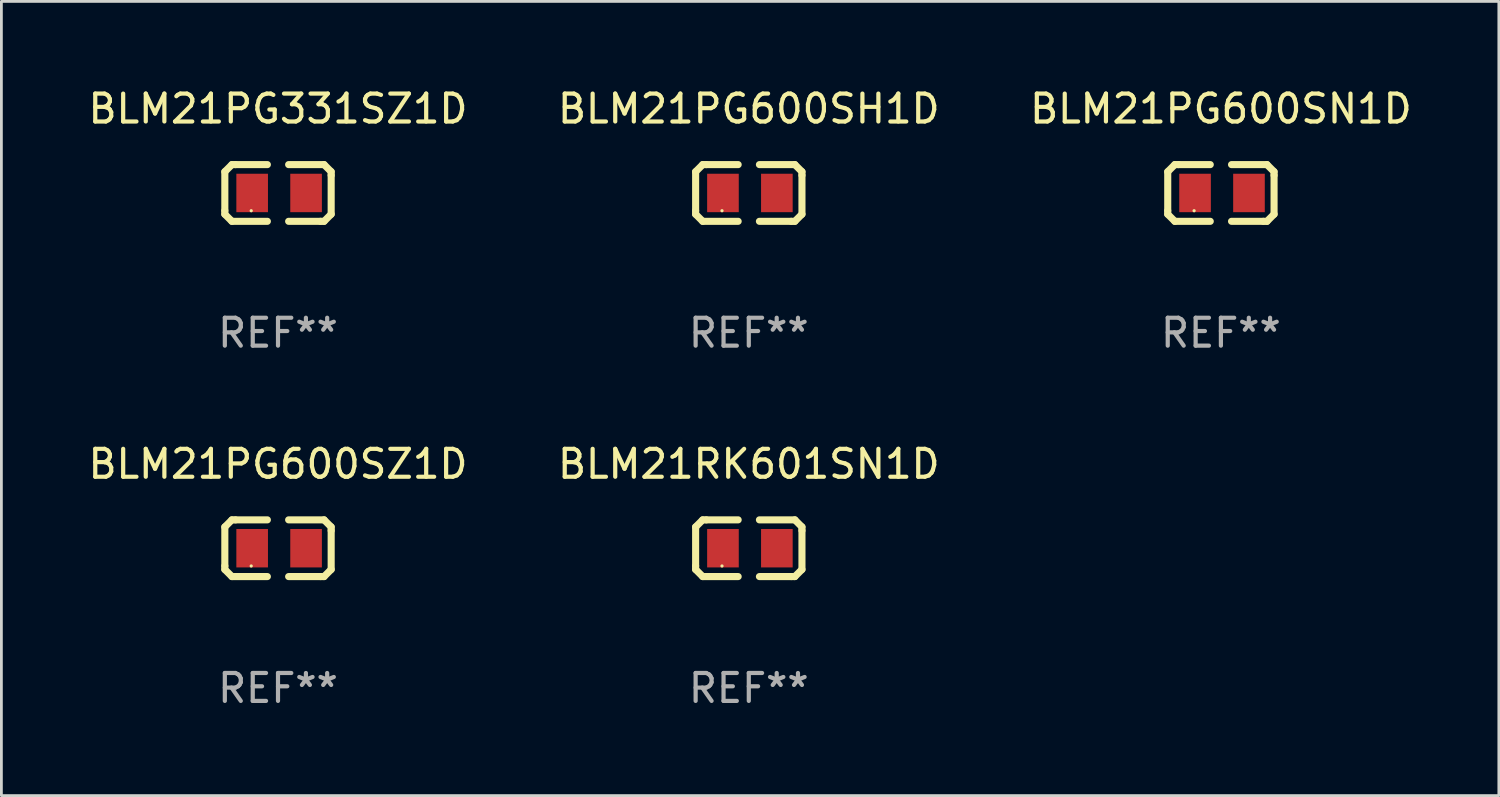
<source format=kicad_pcb>
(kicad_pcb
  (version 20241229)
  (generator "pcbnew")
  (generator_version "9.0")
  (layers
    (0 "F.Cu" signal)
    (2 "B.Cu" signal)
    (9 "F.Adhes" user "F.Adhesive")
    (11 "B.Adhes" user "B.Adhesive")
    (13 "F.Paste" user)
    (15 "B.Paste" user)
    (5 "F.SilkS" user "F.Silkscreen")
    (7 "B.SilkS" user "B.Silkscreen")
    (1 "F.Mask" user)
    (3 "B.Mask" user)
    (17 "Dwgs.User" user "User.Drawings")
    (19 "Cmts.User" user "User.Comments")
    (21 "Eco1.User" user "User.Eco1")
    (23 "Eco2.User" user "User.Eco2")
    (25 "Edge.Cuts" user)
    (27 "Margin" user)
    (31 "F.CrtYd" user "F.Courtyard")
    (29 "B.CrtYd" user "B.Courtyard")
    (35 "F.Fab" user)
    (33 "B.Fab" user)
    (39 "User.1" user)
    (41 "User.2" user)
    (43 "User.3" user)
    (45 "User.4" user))
  (footprint "BLM21PG331SZ1D"
    (layer "F.Cu")
    (at 6.911 3.864)
    (property "Reference" "BLM21PG331SZ1D" (at 0 -3.016 0) (layer "F.SilkS") (effects (font (size 1 1) (thickness 0.15))))
    (attr through_hole)
    (fp_line (start -1.905 -0.762) (end -1.905 0.635) (stroke (width 0.254) (type solid)) (layer "F.SilkS"))
    (fp_line (start -1.905 0.635) (end -1.905 0.762) (stroke (width 0.254) (type solid)) (layer "F.SilkS"))
    (fp_line (start -1.905 0.762) (end -1.651 1.016) (stroke (width 0.254) (type solid)) (layer "F.SilkS"))
    (fp_line (start -1.651 -1.016) (end -1.905 -0.762) (stroke (width 0.254) (type solid)) (layer "F.SilkS"))
    (fp_line (start -1.651 1.016) (end -0.381 1.016) (stroke (width 0.254) (type solid)) (layer "F.SilkS"))
    (fp_line (start -1.524 -1.016) (end -1.651 -1.016) (stroke (width 0.254) (type solid)) (layer "F.SilkS"))
    (fp_line (start -0.381 -1.016) (end -1.524 -1.016) (stroke (width 0.254) (type solid)) (layer "F.SilkS"))
    (fp_line (start 0.381 1.016) (end 1.524 1.016) (stroke (width 0.254) (type solid)) (layer "F.SilkS"))
    (fp_line (start 1.524 1.016) (end 1.651 1.016) (stroke (width 0.254) (type solid)) (layer "F.SilkS"))
    (fp_line (start 1.651 -1.016) (end 0.381 -1.016) (stroke (width 0.254) (type solid)) (layer "F.SilkS"))
    (fp_line (start 1.651 1.016) (end 1.905 0.762) (stroke (width 0.254) (type solid)) (layer "F.SilkS"))
    (fp_line (start 1.905 -0.762) (end 1.651 -1.016) (stroke (width 0.254) (type solid)) (layer "F.SilkS"))
    (fp_line (start 1.905 -0.635) (end 1.905 -0.762) (stroke (width 0.254) (type solid)) (layer "F.SilkS"))
    (fp_line (start 1.905 0.762) (end 1.905 -0.635) (stroke (width 0.254) (type solid)) (layer "F.SilkS"))
    (fp_circle (center -0.96 0.637) (end -0.93 0.637) (stroke (width 0.06) (type solid)) (fill no) (layer "F.SilkS"))
    (fp_text user "REF**" (at 0 5.016 0) (layer "F.Fab") (effects (font (size 1 1) (thickness 0.15))))
    (pad "1" smd rect (at -0.926 -0.000051) (size 1.133 1.377) (layers "F.Cu" "F.Mask" "F.Paste"))
    (pad "2" smd rect (at 1.006 -0.000051) (size 1.133 1.377) (layers "F.Cu" "F.Mask" "F.Paste")))
  (footprint "BLM21PG600SH1D"
    (layer "F.Cu")
    (at 23.78 3.864)
    (property "Reference" "BLM21PG600SH1D" (at 0 -3.016 0) (layer "F.SilkS") (effects (font (size 1 1) (thickness 0.15))))
    (attr through_hole)
    (fp_line (start -1.905 -0.762) (end -1.905 0.635) (stroke (width 0.254) (type solid)) (layer "F.SilkS"))
    (fp_line (start -1.905 0.635) (end -1.905 0.762) (stroke (width 0.254) (type solid)) (layer "F.SilkS"))
    (fp_line (start -1.905 0.762) (end -1.651 1.016) (stroke (width 0.254) (type solid)) (layer "F.SilkS"))
    (fp_line (start -1.651 -1.016) (end -1.905 -0.762) (stroke (width 0.254) (type solid)) (layer "F.SilkS"))
    (fp_line (start -1.651 1.016) (end -0.381 1.016) (stroke (width 0.254) (type solid)) (layer "F.SilkS"))
    (fp_line (start -1.524 -1.016) (end -1.651 -1.016) (stroke (width 0.254) (type solid)) (layer "F.SilkS"))
    (fp_line (start -0.381 -1.016) (end -1.524 -1.016) (stroke (width 0.254) (type solid)) (layer "F.SilkS"))
    (fp_line (start 0.381 1.016) (end 1.524 1.016) (stroke (width 0.254) (type solid)) (layer "F.SilkS"))
    (fp_line (start 1.524 1.016) (end 1.651 1.016) (stroke (width 0.254) (type solid)) (layer "F.SilkS"))
    (fp_line (start 1.651 -1.016) (end 0.381 -1.016) (stroke (width 0.254) (type solid)) (layer "F.SilkS"))
    (fp_line (start 1.651 1.016) (end 1.905 0.762) (stroke (width 0.254) (type solid)) (layer "F.SilkS"))
    (fp_line (start 1.905 -0.762) (end 1.651 -1.016) (stroke (width 0.254) (type solid)) (layer "F.SilkS"))
    (fp_line (start 1.905 -0.635) (end 1.905 -0.762) (stroke (width 0.254) (type solid)) (layer "F.SilkS"))
    (fp_line (start 1.905 0.762) (end 1.905 -0.635) (stroke (width 0.254) (type solid)) (layer "F.SilkS"))
    (fp_circle (center -0.96 0.637) (end -0.93 0.637) (stroke (width 0.06) (type solid)) (fill no) (layer "F.SilkS"))
    (fp_text user "REF**" (at 0 5.016 0) (layer "F.Fab") (effects (font (size 1 1) (thickness 0.15))))
    (pad "1" smd rect (at -0.926 -0.000051) (size 1.133 1.377) (layers "F.Cu" "F.Mask" "F.Paste"))
    (pad "2" smd rect (at 1.006 -0.000051) (size 1.133 1.377) (layers "F.Cu" "F.Mask" "F.Paste")))
  (footprint "BLM21PG600SZ1D"
    (layer "F.Cu")
    (at 6.911 16.593)
    (property "Reference" "BLM21PG600SZ1D" (at 0 -3.016 0) (layer "F.SilkS") (effects (font (size 1 1) (thickness 0.15))))
    (attr through_hole)
    (fp_line (start -1.905 -0.762) (end -1.905 0.635) (stroke (width 0.254) (type solid)) (layer "F.SilkS"))
    (fp_line (start -1.905 0.635) (end -1.905 0.762) (stroke (width 0.254) (type solid)) (layer "F.SilkS"))
    (fp_line (start -1.905 0.762) (end -1.651 1.016) (stroke (width 0.254) (type solid)) (layer "F.SilkS"))
    (fp_line (start -1.651 -1.016) (end -1.905 -0.762) (stroke (width 0.254) (type solid)) (layer "F.SilkS"))
    (fp_line (start -1.651 1.016) (end -0.381 1.016) (stroke (width 0.254) (type solid)) (layer "F.SilkS"))
    (fp_line (start -1.524 -1.016) (end -1.651 -1.016) (stroke (width 0.254) (type solid)) (layer "F.SilkS"))
    (fp_line (start -0.381 -1.016) (end -1.524 -1.016) (stroke (width 0.254) (type solid)) (layer "F.SilkS"))
    (fp_line (start 0.381 1.016) (end 1.524 1.016) (stroke (width 0.254) (type solid)) (layer "F.SilkS"))
    (fp_line (start 1.524 1.016) (end 1.651 1.016) (stroke (width 0.254) (type solid)) (layer "F.SilkS"))
    (fp_line (start 1.651 -1.016) (end 0.381 -1.016) (stroke (width 0.254) (type solid)) (layer "F.SilkS"))
    (fp_line (start 1.651 1.016) (end 1.905 0.762) (stroke (width 0.254) (type solid)) (layer "F.SilkS"))
    (fp_line (start 1.905 -0.762) (end 1.651 -1.016) (stroke (width 0.254) (type solid)) (layer "F.SilkS"))
    (fp_line (start 1.905 -0.635) (end 1.905 -0.762) (stroke (width 0.254) (type solid)) (layer "F.SilkS"))
    (fp_line (start 1.905 0.762) (end 1.905 -0.635) (stroke (width 0.254) (type solid)) (layer "F.SilkS"))
    (fp_circle (center -0.96 0.637) (end -0.93 0.637) (stroke (width 0.06) (type solid)) (fill no) (layer "F.SilkS"))
    (fp_text user "REF**" (at 0 5.016 0) (layer "F.Fab") (effects (font (size 1 1) (thickness 0.15))))
    (pad "1" smd rect (at -0.926 -0.000051) (size 1.133 1.377) (layers "F.Cu" "F.Mask" "F.Paste"))
    (pad "2" smd rect (at 1.006 -0.000051) (size 1.133 1.377) (layers "F.Cu" "F.Mask" "F.Paste")))
  (footprint "BLM21RK601SN1D"
    (layer "F.Cu")
    (at 23.78 16.593)
    (property "Reference" "BLM21RK601SN1D" (at 0 -3.016 0) (layer "F.SilkS") (effects (font (size 1 1) (thickness 0.15))))
    (attr through_hole)
    (fp_line (start -1.905 -0.762) (end -1.905 0.635) (stroke (width 0.254) (type solid)) (layer "F.SilkS"))
    (fp_line (start -1.905 0.635) (end -1.905 0.762) (stroke (width 0.254) (type solid)) (layer "F.SilkS"))
    (fp_line (start -1.905 0.762) (end -1.651 1.016) (stroke (width 0.254) (type solid)) (layer "F.SilkS"))
    (fp_line (start -1.651 -1.016) (end -1.905 -0.762) (stroke (width 0.254) (type solid)) (layer "F.SilkS"))
    (fp_line (start -1.651 1.016) (end -0.381 1.016) (stroke (width 0.254) (type solid)) (layer "F.SilkS"))
    (fp_line (start -1.524 -1.016) (end -1.651 -1.016) (stroke (width 0.254) (type solid)) (layer "F.SilkS"))
    (fp_line (start -0.381 -1.016) (end -1.524 -1.016) (stroke (width 0.254) (type solid)) (layer "F.SilkS"))
    (fp_line (start 0.381 1.016) (end 1.524 1.016) (stroke (width 0.254) (type solid)) (layer "F.SilkS"))
    (fp_line (start 1.524 1.016) (end 1.651 1.016) (stroke (width 0.254) (type solid)) (layer "F.SilkS"))
    (fp_line (start 1.651 -1.016) (end 0.381 -1.016) (stroke (width 0.254) (type solid)) (layer "F.SilkS"))
    (fp_line (start 1.651 1.016) (end 1.905 0.762) (stroke (width 0.254) (type solid)) (layer "F.SilkS"))
    (fp_line (start 1.905 -0.762) (end 1.651 -1.016) (stroke (width 0.254) (type solid)) (layer "F.SilkS"))
    (fp_line (start 1.905 -0.635) (end 1.905 -0.762) (stroke (width 0.254) (type solid)) (layer "F.SilkS"))
    (fp_line (start 1.905 0.762) (end 1.905 -0.635) (stroke (width 0.254) (type solid)) (layer "F.SilkS"))
    (fp_circle (center -0.96 0.637) (end -0.93 0.637) (stroke (width 0.06) (type solid)) (fill no) (layer "F.SilkS"))
    (fp_text user "REF**" (at 0 5.016 0) (layer "F.Fab") (effects (font (size 1 1) (thickness 0.15))))
    (pad "1" smd rect (at -0.926 -0.000051) (size 1.133 1.377) (layers "F.Cu" "F.Mask" "F.Paste"))
    (pad "2" smd rect (at 1.006 -0.000051) (size 1.133 1.377) (layers "F.Cu" "F.Mask" "F.Paste")))
  (footprint "BLM21PG600SN1D"
    (layer "F.Cu")
    (at 40.696 3.864)
    (property "Reference" "BLM21PG600SN1D" (at 0 -3.016 0) (layer "F.SilkS") (effects (font (size 1 1) (thickness 0.15))))
    (attr through_hole)
    (fp_line (start -1.905 -0.762) (end -1.905 0.635) (stroke (width 0.254) (type solid)) (layer "F.SilkS"))
    (fp_line (start -1.905 0.635) (end -1.905 0.762) (stroke (width 0.254) (type solid)) (layer "F.SilkS"))
    (fp_line (start -1.905 0.762) (end -1.651 1.016) (stroke (width 0.254) (type solid)) (layer "F.SilkS"))
    (fp_line (start -1.651 -1.016) (end -1.905 -0.762) (stroke (width 0.254) (type solid)) (layer "F.SilkS"))
    (fp_line (start -1.651 1.016) (end -0.381 1.016) (stroke (width 0.254) (type solid)) (layer "F.SilkS"))
    (fp_line (start -1.524 -1.016) (end -1.651 -1.016) (stroke (width 0.254) (type solid)) (layer "F.SilkS"))
    (fp_line (start -0.381 -1.016) (end -1.524 -1.016) (stroke (width 0.254) (type solid)) (layer "F.SilkS"))
    (fp_line (start 0.381 1.016) (end 1.524 1.016) (stroke (width 0.254) (type solid)) (layer "F.SilkS"))
    (fp_line (start 1.524 1.016) (end 1.651 1.016) (stroke (width 0.254) (type solid)) (layer "F.SilkS"))
    (fp_line (start 1.651 -1.016) (end 0.381 -1.016) (stroke (width 0.254) (type solid)) (layer "F.SilkS"))
    (fp_line (start 1.651 1.016) (end 1.905 0.762) (stroke (width 0.254) (type solid)) (layer "F.SilkS"))
    (fp_line (start 1.905 -0.762) (end 1.651 -1.016) (stroke (width 0.254) (type solid)) (layer "F.SilkS"))
    (fp_line (start 1.905 -0.635) (end 1.905 -0.762) (stroke (width 0.254) (type solid)) (layer "F.SilkS"))
    (fp_line (start 1.905 0.762) (end 1.905 -0.635) (stroke (width 0.254) (type solid)) (layer "F.SilkS"))
    (fp_circle (center -0.96 0.637) (end -0.93 0.637) (stroke (width 0.06) (type solid)) (fill no) (layer "F.SilkS"))
    (fp_text user "REF**" (at 0 5.016 0) (layer "F.Fab") (effects (font (size 1 1) (thickness 0.15))))
    (pad "1" smd rect (at -0.926 -0.000051) (size 1.133 1.377) (layers "F.Cu" "F.Mask" "F.Paste"))
    (pad "2" smd rect (at 1.006 -0.000051) (size 1.133 1.377) (layers "F.Cu" "F.Mask" "F.Paste")))
  (gr_rect
    (start -3 -3)
    (end 50.655 25.457)
    (stroke (width 0.1) (type default))
    (fill no)
    (layer "Edge.Cuts")))
</source>
